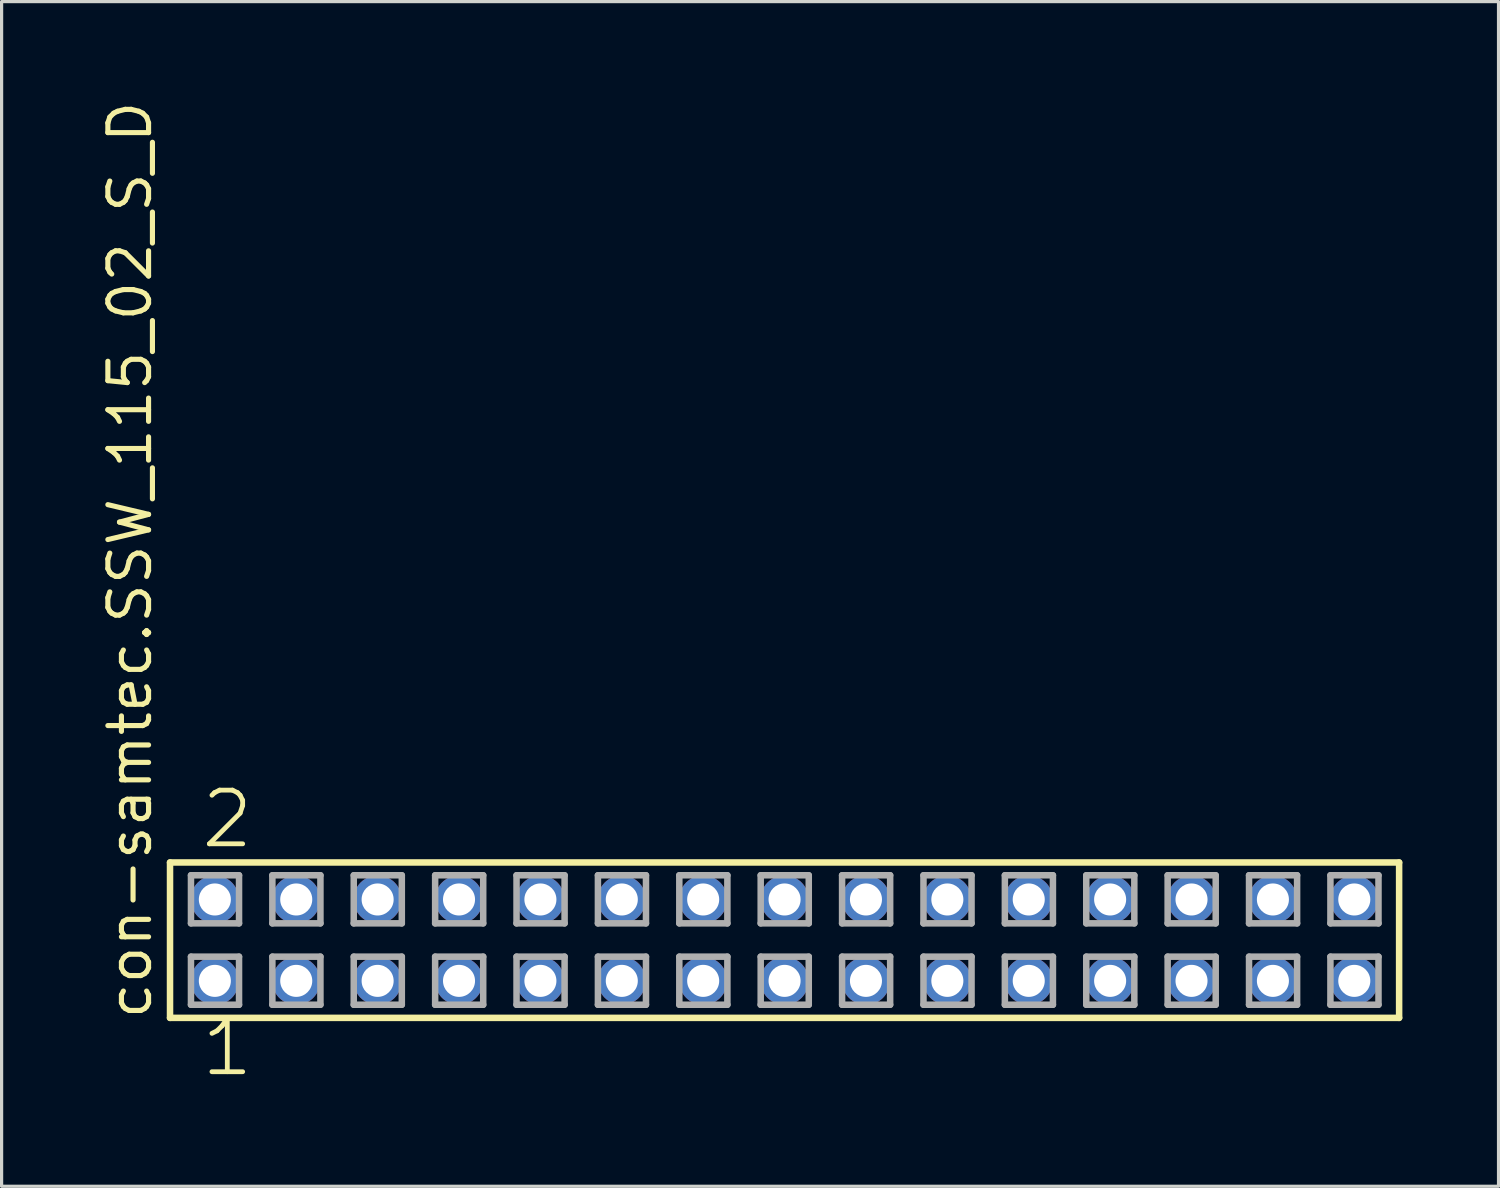
<source format=kicad_pcb>
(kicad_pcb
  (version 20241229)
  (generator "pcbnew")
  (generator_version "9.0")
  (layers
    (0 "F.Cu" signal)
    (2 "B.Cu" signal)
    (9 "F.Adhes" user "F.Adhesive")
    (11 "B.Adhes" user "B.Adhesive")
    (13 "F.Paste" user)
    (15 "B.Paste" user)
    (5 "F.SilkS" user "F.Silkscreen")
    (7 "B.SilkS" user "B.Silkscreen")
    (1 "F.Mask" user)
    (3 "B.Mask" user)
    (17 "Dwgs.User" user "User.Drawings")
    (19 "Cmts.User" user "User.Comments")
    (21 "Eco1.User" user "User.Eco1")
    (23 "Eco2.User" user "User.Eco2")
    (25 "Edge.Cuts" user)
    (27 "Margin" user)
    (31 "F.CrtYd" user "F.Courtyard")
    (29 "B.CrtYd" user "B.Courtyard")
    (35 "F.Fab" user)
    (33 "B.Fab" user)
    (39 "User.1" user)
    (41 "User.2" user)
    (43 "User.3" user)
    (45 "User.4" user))
  (footprint "con-samtec.SSW_115_02_S_D"
    (layer "F.Cu")
    (at 21.435 26.291)
    (property "Reference" "con-samtec.SSW_115_02_S_D" (at -19.685 2.54 90) (layer "F.SilkS") (effects (font (size 1.27 1.27) (thickness 0.16)) (justify left bottom)))
    (attr through_hole)
    (fp_line (start -19.179 -2.425) (end 19.179 -2.425) (stroke (width 0.203) (type default)) (layer "F.SilkS"))
    (fp_line (start -19.179 2.425) (end -19.179 -2.425) (stroke (width 0.203) (type default)) (layer "F.SilkS"))
    (fp_line (start 19.179 -2.425) (end 19.179 2.425) (stroke (width 0.203) (type default)) (layer "F.SilkS"))
    (fp_line (start 19.179 2.425) (end -19.179 2.425) (stroke (width 0.203) (type default)) (layer "F.SilkS"))
    (fp_line (start -18.525 -2.025) (end -17.025 -2.025) (stroke (width 0.203) (type default)) (layer "F.Fab"))
    (fp_line (start -18.525 -0.525) (end -18.525 -2.025) (stroke (width 0.203) (type default)) (layer "F.Fab"))
    (fp_line (start -18.525 0.515) (end -17.025 0.515) (stroke (width 0.203) (type default)) (layer "F.Fab"))
    (fp_line (start -18.525 2.015) (end -18.525 0.515) (stroke (width 0.203) (type default)) (layer "F.Fab"))
    (fp_line (start -17.025 -2.025) (end -17.025 -0.525) (stroke (width 0.203) (type default)) (layer "F.Fab"))
    (fp_line (start -17.025 -0.525) (end -18.525 -0.525) (stroke (width 0.203) (type default)) (layer "F.Fab"))
    (fp_line (start -17.025 0.515) (end -17.025 2.015) (stroke (width 0.203) (type default)) (layer "F.Fab"))
    (fp_line (start -17.025 2.015) (end -18.525 2.015) (stroke (width 0.203) (type default)) (layer "F.Fab"))
    (fp_line (start -15.985 -2.025) (end -14.485 -2.025) (stroke (width 0.203) (type default)) (layer "F.Fab"))
    (fp_line (start -15.985 -0.525) (end -15.985 -2.025) (stroke (width 0.203) (type default)) (layer "F.Fab"))
    (fp_line (start -15.985 0.515) (end -14.485 0.515) (stroke (width 0.203) (type default)) (layer "F.Fab"))
    (fp_line (start -15.985 2.015) (end -15.985 0.515) (stroke (width 0.203) (type default)) (layer "F.Fab"))
    (fp_line (start -14.485 -2.025) (end -14.485 -0.525) (stroke (width 0.203) (type default)) (layer "F.Fab"))
    (fp_line (start -14.485 -0.525) (end -15.985 -0.525) (stroke (width 0.203) (type default)) (layer "F.Fab"))
    (fp_line (start -14.485 0.515) (end -14.485 2.015) (stroke (width 0.203) (type default)) (layer "F.Fab"))
    (fp_line (start -14.485 2.015) (end -15.985 2.015) (stroke (width 0.203) (type default)) (layer "F.Fab"))
    (fp_line (start -13.445 -2.025) (end -11.945 -2.025) (stroke (width 0.203) (type default)) (layer "F.Fab"))
    (fp_line (start -13.445 -0.525) (end -13.445 -2.025) (stroke (width 0.203) (type default)) (layer "F.Fab"))
    (fp_line (start -13.445 0.515) (end -11.945 0.515) (stroke (width 0.203) (type default)) (layer "F.Fab"))
    (fp_line (start -13.445 2.015) (end -13.445 0.515) (stroke (width 0.203) (type default)) (layer "F.Fab"))
    (fp_line (start -11.945 -2.025) (end -11.945 -0.525) (stroke (width 0.203) (type default)) (layer "F.Fab"))
    (fp_line (start -11.945 -0.525) (end -13.445 -0.525) (stroke (width 0.203) (type default)) (layer "F.Fab"))
    (fp_line (start -11.945 0.515) (end -11.945 2.015) (stroke (width 0.203) (type default)) (layer "F.Fab"))
    (fp_line (start -11.945 2.015) (end -13.445 2.015) (stroke (width 0.203) (type default)) (layer "F.Fab"))
    (fp_line (start -10.905 -2.025) (end -9.405 -2.025) (stroke (width 0.203) (type default)) (layer "F.Fab"))
    (fp_line (start -10.905 -0.525) (end -10.905 -2.025) (stroke (width 0.203) (type default)) (layer "F.Fab"))
    (fp_line (start -10.905 0.515) (end -9.405 0.515) (stroke (width 0.203) (type default)) (layer "F.Fab"))
    (fp_line (start -10.905 2.015) (end -10.905 0.515) (stroke (width 0.203) (type default)) (layer "F.Fab"))
    (fp_line (start -9.405 -2.025) (end -9.405 -0.525) (stroke (width 0.203) (type default)) (layer "F.Fab"))
    (fp_line (start -9.405 -0.525) (end -10.905 -0.525) (stroke (width 0.203) (type default)) (layer "F.Fab"))
    (fp_line (start -9.405 0.515) (end -9.405 2.015) (stroke (width 0.203) (type default)) (layer "F.Fab"))
    (fp_line (start -9.405 2.015) (end -10.905 2.015) (stroke (width 0.203) (type default)) (layer "F.Fab"))
    (fp_line (start -8.365 -2.025) (end -6.865 -2.025) (stroke (width 0.203) (type default)) (layer "F.Fab"))
    (fp_line (start -8.365 -0.525) (end -8.365 -2.025) (stroke (width 0.203) (type default)) (layer "F.Fab"))
    (fp_line (start -8.365 0.515) (end -6.865 0.515) (stroke (width 0.203) (type default)) (layer "F.Fab"))
    (fp_line (start -8.365 2.015) (end -8.365 0.515) (stroke (width 0.203) (type default)) (layer "F.Fab"))
    (fp_line (start -6.865 -2.025) (end -6.865 -0.525) (stroke (width 0.203) (type default)) (layer "F.Fab"))
    (fp_line (start -6.865 -0.525) (end -8.365 -0.525) (stroke (width 0.203) (type default)) (layer "F.Fab"))
    (fp_line (start -6.865 0.515) (end -6.865 2.015) (stroke (width 0.203) (type default)) (layer "F.Fab"))
    (fp_line (start -6.865 2.015) (end -8.365 2.015) (stroke (width 0.203) (type default)) (layer "F.Fab"))
    (fp_line (start -5.825 -2.025) (end -4.325 -2.025) (stroke (width 0.203) (type default)) (layer "F.Fab"))
    (fp_line (start -5.825 -0.525) (end -5.825 -2.025) (stroke (width 0.203) (type default)) (layer "F.Fab"))
    (fp_line (start -5.825 0.515) (end -4.325 0.515) (stroke (width 0.203) (type default)) (layer "F.Fab"))
    (fp_line (start -5.825 2.015) (end -5.825 0.515) (stroke (width 0.203) (type default)) (layer "F.Fab"))
    (fp_line (start -4.325 -2.025) (end -4.325 -0.525) (stroke (width 0.203) (type default)) (layer "F.Fab"))
    (fp_line (start -4.325 -0.525) (end -5.825 -0.525) (stroke (width 0.203) (type default)) (layer "F.Fab"))
    (fp_line (start -4.325 0.515) (end -4.325 2.015) (stroke (width 0.203) (type default)) (layer "F.Fab"))
    (fp_line (start -4.325 2.015) (end -5.825 2.015) (stroke (width 0.203) (type default)) (layer "F.Fab"))
    (fp_line (start -3.285 -2.025) (end -1.785 -2.025) (stroke (width 0.203) (type default)) (layer "F.Fab"))
    (fp_line (start -3.285 -0.525) (end -3.285 -2.025) (stroke (width 0.203) (type default)) (layer "F.Fab"))
    (fp_line (start -3.285 0.515) (end -1.785 0.515) (stroke (width 0.203) (type default)) (layer "F.Fab"))
    (fp_line (start -3.285 2.015) (end -3.285 0.515) (stroke (width 0.203) (type default)) (layer "F.Fab"))
    (fp_line (start -1.785 -2.025) (end -1.785 -0.525) (stroke (width 0.203) (type default)) (layer "F.Fab"))
    (fp_line (start -1.785 -0.525) (end -3.285 -0.525) (stroke (width 0.203) (type default)) (layer "F.Fab"))
    (fp_line (start -1.785 0.515) (end -1.785 2.015) (stroke (width 0.203) (type default)) (layer "F.Fab"))
    (fp_line (start -1.785 2.015) (end -3.285 2.015) (stroke (width 0.203) (type default)) (layer "F.Fab"))
    (fp_line (start -0.745 -2.025) (end 0.755 -2.025) (stroke (width 0.203) (type default)) (layer "F.Fab"))
    (fp_line (start -0.745 -0.525) (end -0.745 -2.025) (stroke (width 0.203) (type default)) (layer "F.Fab"))
    (fp_line (start -0.745 0.515) (end 0.755 0.515) (stroke (width 0.203) (type default)) (layer "F.Fab"))
    (fp_line (start -0.745 2.015) (end -0.745 0.515) (stroke (width 0.203) (type default)) (layer "F.Fab"))
    (fp_line (start 0.755 -2.025) (end 0.755 -0.525) (stroke (width 0.203) (type default)) (layer "F.Fab"))
    (fp_line (start 0.755 -0.525) (end -0.745 -0.525) (stroke (width 0.203) (type default)) (layer "F.Fab"))
    (fp_line (start 0.755 0.515) (end 0.755 2.015) (stroke (width 0.203) (type default)) (layer "F.Fab"))
    (fp_line (start 0.755 2.015) (end -0.745 2.015) (stroke (width 0.203) (type default)) (layer "F.Fab"))
    (fp_line (start 1.795 -2.025) (end 3.295 -2.025) (stroke (width 0.203) (type default)) (layer "F.Fab"))
    (fp_line (start 1.795 -0.525) (end 1.795 -2.025) (stroke (width 0.203) (type default)) (layer "F.Fab"))
    (fp_line (start 1.795 0.515) (end 3.295 0.515) (stroke (width 0.203) (type default)) (layer "F.Fab"))
    (fp_line (start 1.795 2.015) (end 1.795 0.515) (stroke (width 0.203) (type default)) (layer "F.Fab"))
    (fp_line (start 3.295 -2.025) (end 3.295 -0.525) (stroke (width 0.203) (type default)) (layer "F.Fab"))
    (fp_line (start 3.295 -0.525) (end 1.795 -0.525) (stroke (width 0.203) (type default)) (layer "F.Fab"))
    (fp_line (start 3.295 0.515) (end 3.295 2.015) (stroke (width 0.203) (type default)) (layer "F.Fab"))
    (fp_line (start 3.295 2.015) (end 1.795 2.015) (stroke (width 0.203) (type default)) (layer "F.Fab"))
    (fp_line (start 4.335 -2.025) (end 5.835 -2.025) (stroke (width 0.203) (type default)) (layer "F.Fab"))
    (fp_line (start 4.335 -0.525) (end 4.335 -2.025) (stroke (width 0.203) (type default)) (layer "F.Fab"))
    (fp_line (start 4.335 0.515) (end 5.835 0.515) (stroke (width 0.203) (type default)) (layer "F.Fab"))
    (fp_line (start 4.335 2.015) (end 4.335 0.515) (stroke (width 0.203) (type default)) (layer "F.Fab"))
    (fp_line (start 5.835 -2.025) (end 5.835 -0.525) (stroke (width 0.203) (type default)) (layer "F.Fab"))
    (fp_line (start 5.835 -0.525) (end 4.335 -0.525) (stroke (width 0.203) (type default)) (layer "F.Fab"))
    (fp_line (start 5.835 0.515) (end 5.835 2.015) (stroke (width 0.203) (type default)) (layer "F.Fab"))
    (fp_line (start 5.835 2.015) (end 4.335 2.015) (stroke (width 0.203) (type default)) (layer "F.Fab"))
    (fp_line (start 6.875 -2.025) (end 8.375 -2.025) (stroke (width 0.203) (type default)) (layer "F.Fab"))
    (fp_line (start 6.875 -0.525) (end 6.875 -2.025) (stroke (width 0.203) (type default)) (layer "F.Fab"))
    (fp_line (start 6.875 0.515) (end 8.375 0.515) (stroke (width 0.203) (type default)) (layer "F.Fab"))
    (fp_line (start 6.875 2.015) (end 6.875 0.515) (stroke (width 0.203) (type default)) (layer "F.Fab"))
    (fp_line (start 8.375 -2.025) (end 8.375 -0.525) (stroke (width 0.203) (type default)) (layer "F.Fab"))
    (fp_line (start 8.375 -0.525) (end 6.875 -0.525) (stroke (width 0.203) (type default)) (layer "F.Fab"))
    (fp_line (start 8.375 0.515) (end 8.375 2.015) (stroke (width 0.203) (type default)) (layer "F.Fab"))
    (fp_line (start 8.375 2.015) (end 6.875 2.015) (stroke (width 0.203) (type default)) (layer "F.Fab"))
    (fp_line (start 9.415 -2.025) (end 10.915 -2.025) (stroke (width 0.203) (type default)) (layer "F.Fab"))
    (fp_line (start 9.415 -0.525) (end 9.415 -2.025) (stroke (width 0.203) (type default)) (layer "F.Fab"))
    (fp_line (start 9.415 0.515) (end 10.915 0.515) (stroke (width 0.203) (type default)) (layer "F.Fab"))
    (fp_line (start 9.415 2.015) (end 9.415 0.515) (stroke (width 0.203) (type default)) (layer "F.Fab"))
    (fp_line (start 10.915 -2.025) (end 10.915 -0.525) (stroke (width 0.203) (type default)) (layer "F.Fab"))
    (fp_line (start 10.915 -0.525) (end 9.415 -0.525) (stroke (width 0.203) (type default)) (layer "F.Fab"))
    (fp_line (start 10.915 0.515) (end 10.915 2.015) (stroke (width 0.203) (type default)) (layer "F.Fab"))
    (fp_line (start 10.915 2.015) (end 9.415 2.015) (stroke (width 0.203) (type default)) (layer "F.Fab"))
    (fp_line (start 11.955 -2.025) (end 13.455 -2.025) (stroke (width 0.203) (type default)) (layer "F.Fab"))
    (fp_line (start 11.955 -0.525) (end 11.955 -2.025) (stroke (width 0.203) (type default)) (layer "F.Fab"))
    (fp_line (start 11.955 0.515) (end 13.455 0.515) (stroke (width 0.203) (type default)) (layer "F.Fab"))
    (fp_line (start 11.955 2.015) (end 11.955 0.515) (stroke (width 0.203) (type default)) (layer "F.Fab"))
    (fp_line (start 13.455 -2.025) (end 13.455 -0.525) (stroke (width 0.203) (type default)) (layer "F.Fab"))
    (fp_line (start 13.455 -0.525) (end 11.955 -0.525) (stroke (width 0.203) (type default)) (layer "F.Fab"))
    (fp_line (start 13.455 0.515) (end 13.455 2.015) (stroke (width 0.203) (type default)) (layer "F.Fab"))
    (fp_line (start 13.455 2.015) (end 11.955 2.015) (stroke (width 0.203) (type default)) (layer "F.Fab"))
    (fp_line (start 14.495 -2.025) (end 15.995 -2.025) (stroke (width 0.203) (type default)) (layer "F.Fab"))
    (fp_line (start 14.495 -0.525) (end 14.495 -2.025) (stroke (width 0.203) (type default)) (layer "F.Fab"))
    (fp_line (start 14.495 0.515) (end 15.995 0.515) (stroke (width 0.203) (type default)) (layer "F.Fab"))
    (fp_line (start 14.495 2.015) (end 14.495 0.515) (stroke (width 0.203) (type default)) (layer "F.Fab"))
    (fp_line (start 15.995 -2.025) (end 15.995 -0.525) (stroke (width 0.203) (type default)) (layer "F.Fab"))
    (fp_line (start 15.995 -0.525) (end 14.495 -0.525) (stroke (width 0.203) (type default)) (layer "F.Fab"))
    (fp_line (start 15.995 0.515) (end 15.995 2.015) (stroke (width 0.203) (type default)) (layer "F.Fab"))
    (fp_line (start 15.995 2.015) (end 14.495 2.015) (stroke (width 0.203) (type default)) (layer "F.Fab"))
    (fp_line (start 17.035 -2.025) (end 18.535 -2.025) (stroke (width 0.203) (type default)) (layer "F.Fab"))
    (fp_line (start 17.035 -0.525) (end 17.035 -2.025) (stroke (width 0.203) (type default)) (layer "F.Fab"))
    (fp_line (start 17.035 0.515) (end 18.535 0.515) (stroke (width 0.203) (type default)) (layer "F.Fab"))
    (fp_line (start 17.035 2.015) (end 17.035 0.515) (stroke (width 0.203) (type default)) (layer "F.Fab"))
    (fp_line (start 18.535 -2.025) (end 18.535 -0.525) (stroke (width 0.203) (type default)) (layer "F.Fab"))
    (fp_line (start 18.535 -0.525) (end 17.035 -0.525) (stroke (width 0.203) (type default)) (layer "F.Fab"))
    (fp_line (start 18.535 0.515) (end 18.535 2.015) (stroke (width 0.203) (type default)) (layer "F.Fab"))
    (fp_line (start 18.535 2.015) (end 17.035 2.015) (stroke (width 0.203) (type default)) (layer "F.Fab"))
    (fp_text user "1" (at -18.288 4.318 0) (layer "F.SilkS") (effects (font (size 1.676 1.676) (thickness 0.15)) (justify left bottom)))
    (fp_text user "2" (at -18.288 -2.794 0) (layer "F.SilkS") (effects (font (size 1.676 1.676) (thickness 0.15)) (justify left bottom)))
    (pad "1" thru_hole circle (at -17.78 1.27) (size 1.5 1.5) (drill 1) (layers "*.Cu" "*.Mask"))
    (pad "2" thru_hole circle (at -17.78 -1.27) (size 1.5 1.5) (drill 1) (layers "*.Cu" "*.Mask"))
    (pad "3" thru_hole circle (at -15.24 1.27) (size 1.5 1.5) (drill 1) (layers "*.Cu" "*.Mask"))
    (pad "4" thru_hole circle (at -15.24 -1.27) (size 1.5 1.5) (drill 1) (layers "*.Cu" "*.Mask"))
    (pad "5" thru_hole circle (at -12.7 1.27) (size 1.5 1.5) (drill 1) (layers "*.Cu" "*.Mask"))
    (pad "6" thru_hole circle (at -12.7 -1.27) (size 1.5 1.5) (drill 1) (layers "*.Cu" "*.Mask"))
    (pad "7" thru_hole circle (at -10.16 1.27) (size 1.5 1.5) (drill 1) (layers "*.Cu" "*.Mask"))
    (pad "8" thru_hole circle (at -10.16 -1.27) (size 1.5 1.5) (drill 1) (layers "*.Cu" "*.Mask"))
    (pad "9" thru_hole circle (at -7.62 1.27) (size 1.5 1.5) (drill 1) (layers "*.Cu" "*.Mask"))
    (pad "10" thru_hole circle (at -7.62 -1.27) (size 1.5 1.5) (drill 1) (layers "*.Cu" "*.Mask"))
    (pad "11" thru_hole circle (at -5.08 1.27) (size 1.5 1.5) (drill 1) (layers "*.Cu" "*.Mask"))
    (pad "12" thru_hole circle (at -5.08 -1.27) (size 1.5 1.5) (drill 1) (layers "*.Cu" "*.Mask"))
    (pad "13" thru_hole circle (at -2.54 1.27) (size 1.5 1.5) (drill 1) (layers "*.Cu" "*.Mask"))
    (pad "14" thru_hole circle (at -2.54 -1.27) (size 1.5 1.5) (drill 1) (layers "*.Cu" "*.Mask"))
    (pad "15" thru_hole circle (at 0 1.27) (size 1.5 1.5) (drill 1) (layers "*.Cu" "*.Mask"))
    (pad "16" thru_hole circle (at 0 -1.27) (size 1.5 1.5) (drill 1) (layers "*.Cu" "*.Mask"))
    (pad "17" thru_hole circle (at 2.54 1.27) (size 1.5 1.5) (drill 1) (layers "*.Cu" "*.Mask"))
    (pad "18" thru_hole circle (at 2.54 -1.27) (size 1.5 1.5) (drill 1) (layers "*.Cu" "*.Mask"))
    (pad "19" thru_hole circle (at 5.08 1.27) (size 1.5 1.5) (drill 1) (layers "*.Cu" "*.Mask"))
    (pad "20" thru_hole circle (at 5.08 -1.27) (size 1.5 1.5) (drill 1) (layers "*.Cu" "*.Mask"))
    (pad "21" thru_hole circle (at 7.62 1.27) (size 1.5 1.5) (drill 1) (layers "*.Cu" "*.Mask"))
    (pad "22" thru_hole circle (at 7.62 -1.27) (size 1.5 1.5) (drill 1) (layers "*.Cu" "*.Mask"))
    (pad "23" thru_hole circle (at 10.16 1.27) (size 1.5 1.5) (drill 1) (layers "*.Cu" "*.Mask"))
    (pad "24" thru_hole circle (at 10.16 -1.27) (size 1.5 1.5) (drill 1) (layers "*.Cu" "*.Mask"))
    (pad "25" thru_hole circle (at 12.7 1.27) (size 1.5 1.5) (drill 1) (layers "*.Cu" "*.Mask"))
    (pad "26" thru_hole circle (at 12.7 -1.27) (size 1.5 1.5) (drill 1) (layers "*.Cu" "*.Mask"))
    (pad "27" thru_hole circle (at 15.24 1.27) (size 1.5 1.5) (drill 1) (layers "*.Cu" "*.Mask"))
    (pad "28" thru_hole circle (at 15.24 -1.27) (size 1.5 1.5) (drill 1) (layers "*.Cu" "*.Mask"))
    (pad "29" thru_hole circle (at 17.78 1.27) (size 1.5 1.5) (drill 1) (layers "*.Cu" "*.Mask"))
    (pad "30" thru_hole circle (at 17.78 -1.27) (size 1.5 1.5) (drill 1) (layers "*.Cu" "*.Mask")))
  (gr_rect
    (start -3 -3)
    (end 43.716 33.971)
    (stroke (width 0.1) (type default))
    (fill no)
    (layer "Edge.Cuts")))
</source>
